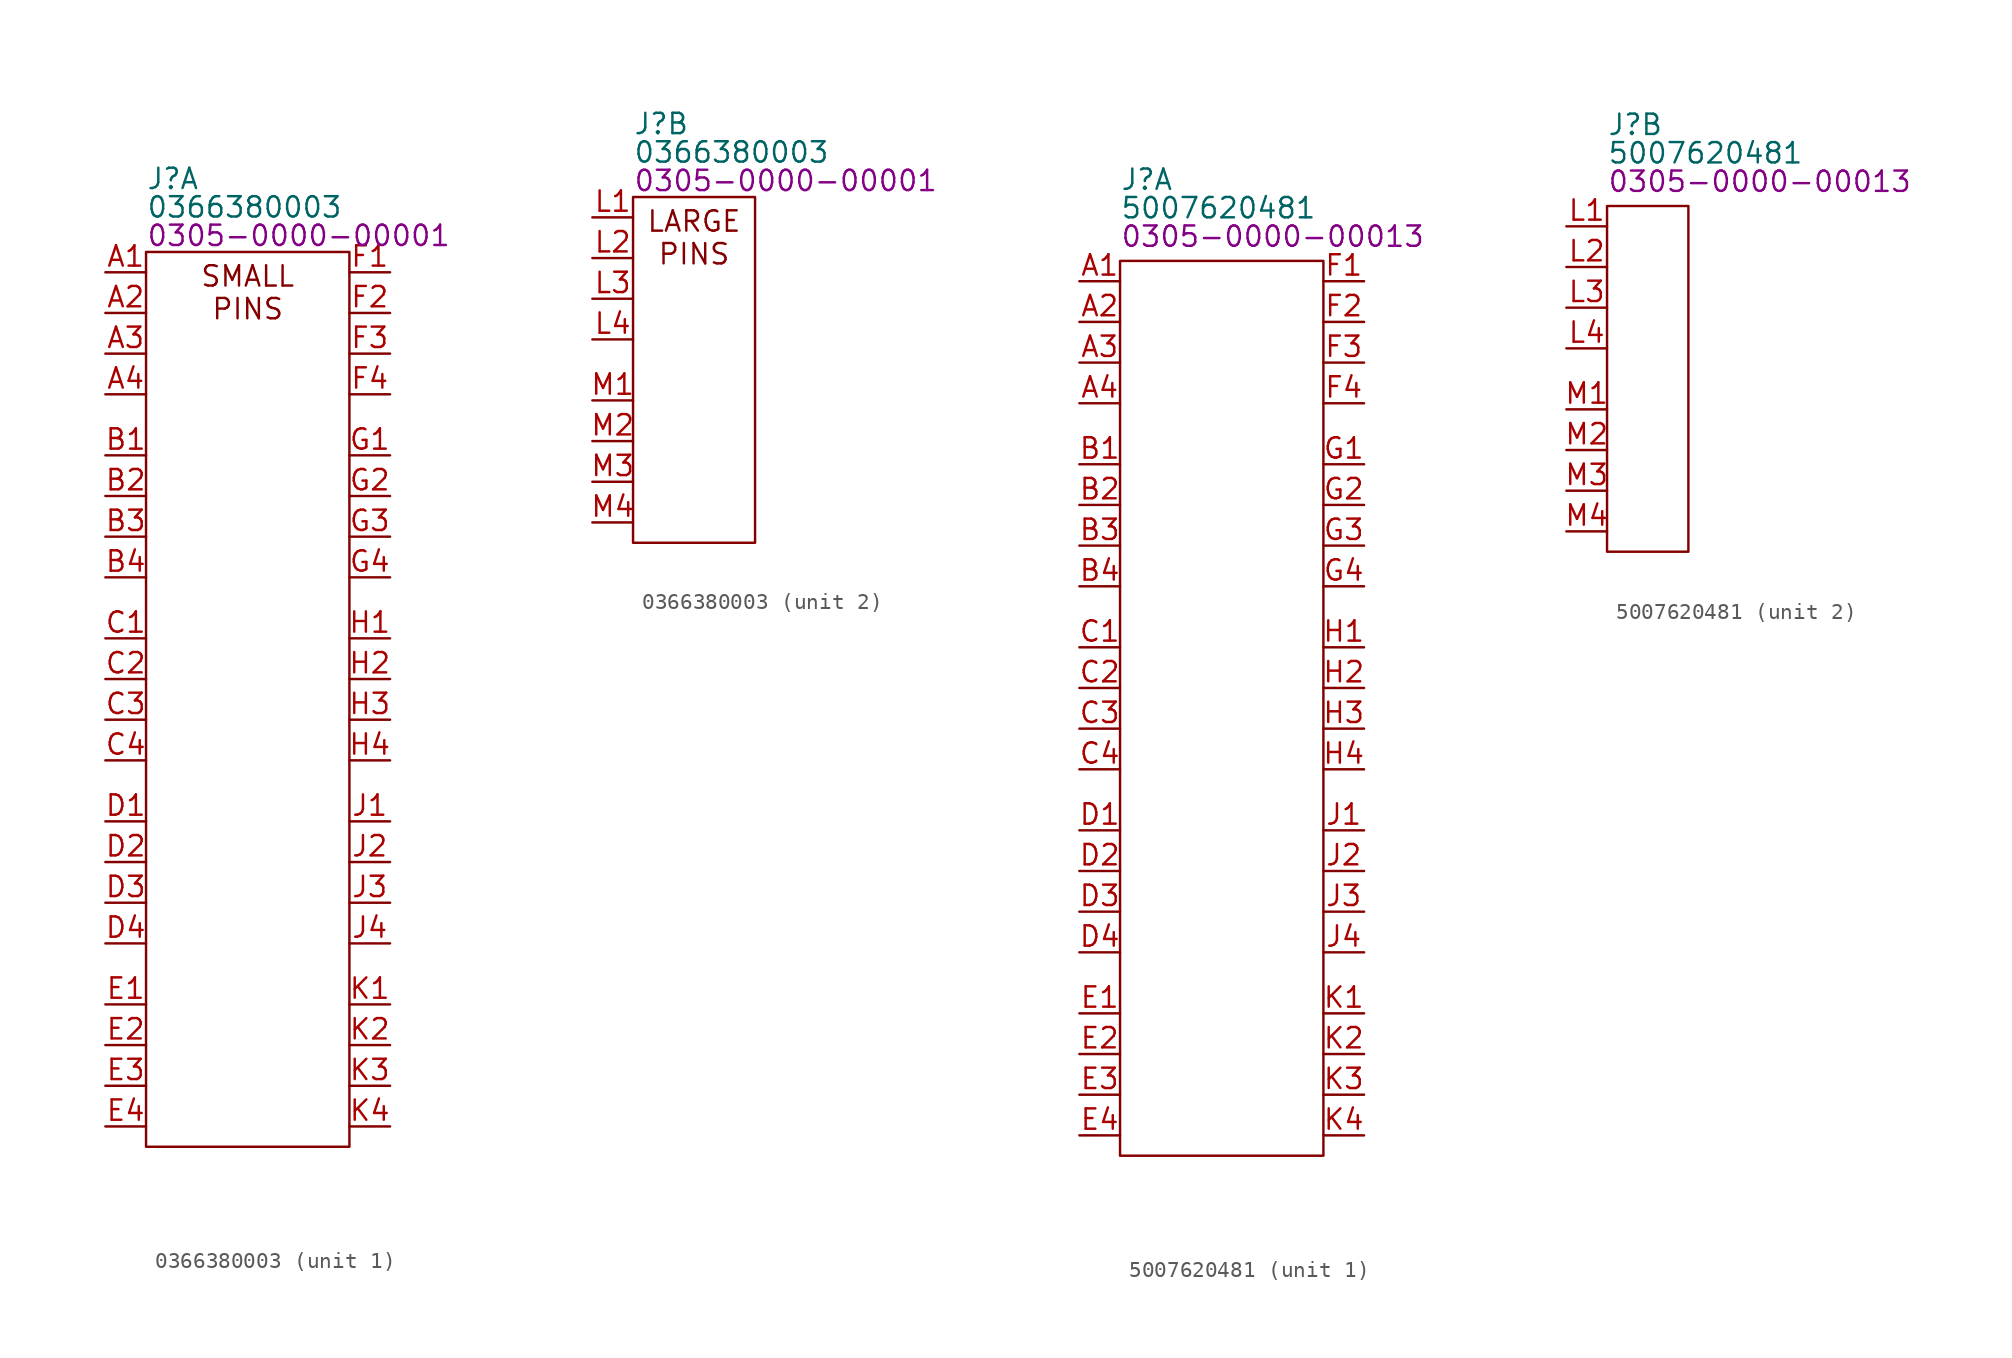
<source format=kicad_sym>
(kicad_symbol_lib
  (version 20231120)
  (generator "kicad_symbol_editor")
  (generator_version "8.0")
  (symbol "0366380003"
    (property "Reference" "J"
      (at 0 4.572 0)
      (effects (font (size 1.27 1.27)) (justify left)))
    (property "Value" "0366380003"
      (at 0 2.794 0)
      (effects (font (size 1.27 1.27)) (justify left)))
    (property "PartNumber" "0305-0000-00001"
      (at 0 1.016 0)
      (effects (font (size 1.27 1.27)) (justify left)))
    (property "ki_locked" ""
      (at 0 0 0)
      (effects (font (size 1.27 1.27))))
    (symbol "0366380003_1_0"
      (pin passive line (at -2.54 -1.27 0) (length 2.54) (name "" (effects (font (size 1.27 1.27)))) (number "A1" (effects (font (size 1.27 1.27)))))
      (pin passive line (at -2.54 -3.81 0) (length 2.54) (name "" (effects (font (size 1.27 1.27)))) (number "A2" (effects (font (size 1.27 1.27)))))
      (pin passive line (at -2.54 -6.35 0) (length 2.54) (name "" (effects (font (size 1.27 1.27)))) (number "A3" (effects (font (size 1.27 1.27)))))
      (pin passive line (at -2.54 -8.89 0) (length 2.54) (name "" (effects (font (size 1.27 1.27)))) (number "A4" (effects (font (size 1.27 1.27)))))
      (pin passive line (at -2.54 -12.7 0) (length 2.54) (name "" (effects (font (size 1.27 1.27)))) (number "B1" (effects (font (size 1.27 1.27)))))
      (pin passive line (at -2.54 -15.24 0) (length 2.54) (name "" (effects (font (size 1.27 1.27)))) (number "B2" (effects (font (size 1.27 1.27)))))
      (pin passive line (at -2.54 -17.78 0) (length 2.54) (name "" (effects (font (size 1.27 1.27)))) (number "B3" (effects (font (size 1.27 1.27)))))
      (pin passive line (at -2.54 -20.32 0) (length 2.54) (name "" (effects (font (size 1.27 1.27)))) (number "B4" (effects (font (size 1.27 1.27)))))
      (pin passive line (at -2.54 -24.13 0) (length 2.54) (name "" (effects (font (size 1.27 1.27)))) (number "C1" (effects (font (size 1.27 1.27)))))
      (pin passive line (at -2.54 -26.67 0) (length 2.54) (name "" (effects (font (size 1.27 1.27)))) (number "C2" (effects (font (size 1.27 1.27)))))
      (pin passive line (at -2.54 -29.21 0) (length 2.54) (name "" (effects (font (size 1.27 1.27)))) (number "C3" (effects (font (size 1.27 1.27)))))
      (pin passive line (at -2.54 -31.75 0) (length 2.54) (name "" (effects (font (size 1.27 1.27)))) (number "C4" (effects (font (size 1.27 1.27)))))
      (pin passive line (at -2.54 -35.56 0) (length 2.54) (name "" (effects (font (size 1.27 1.27)))) (number "D1" (effects (font (size 1.27 1.27)))))
      (pin passive line (at -2.54 -38.1 0) (length 2.54) (name "" (effects (font (size 1.27 1.27)))) (number "D2" (effects (font (size 1.27 1.27)))))
      (pin passive line (at -2.54 -40.64 0) (length 2.54) (name "" (effects (font (size 1.27 1.27)))) (number "D3" (effects (font (size 1.27 1.27)))))
      (pin passive line (at -2.54 -43.18 0) (length 2.54) (name "" (effects (font (size 1.27 1.27)))) (number "D4" (effects (font (size 1.27 1.27)))))
      (pin passive line (at -2.54 -46.99 0) (length 2.54) (name "" (effects (font (size 1.27 1.27)))) (number "E1" (effects (font (size 1.27 1.27)))))
      (pin passive line (at -2.54 -49.53 0) (length 2.54) (name "" (effects (font (size 1.27 1.27)))) (number "E2" (effects (font (size 1.27 1.27)))))
      (pin passive line (at -2.54 -52.07 0) (length 2.54) (name "" (effects (font (size 1.27 1.27)))) (number "E3" (effects (font (size 1.27 1.27)))))
      (pin passive line (at -2.54 -54.61 0) (length 2.54) (name "" (effects (font (size 1.27 1.27)))) (number "E4" (effects (font (size 1.27 1.27)))))
      (pin passive line (at 15.24 -1.27 180) (length 2.54) (name "" (effects (font (size 1.27 1.27)))) (number "F1" (effects (font (size 1.27 1.27)))))
      (pin passive line (at 15.24 -3.81 180) (length 2.54) (name "" (effects (font (size 1.27 1.27)))) (number "F2" (effects (font (size 1.27 1.27)))))
      (pin passive line (at 15.24 -6.35 180) (length 2.54) (name "" (effects (font (size 1.27 1.27)))) (number "F3" (effects (font (size 1.27 1.27)))))
      (pin passive line (at 15.24 -8.89 180) (length 2.54) (name "" (effects (font (size 1.27 1.27)))) (number "F4" (effects (font (size 1.27 1.27)))))
      (pin passive line (at 15.24 -12.7 180) (length 2.54) (name "" (effects (font (size 1.27 1.27)))) (number "G1" (effects (font (size 1.27 1.27)))))
      (pin passive line (at 15.24 -15.24 180) (length 2.54) (name "" (effects (font (size 1.27 1.27)))) (number "G2" (effects (font (size 1.27 1.27)))))
      (pin passive line (at 15.24 -17.78 180) (length 2.54) (name "" (effects (font (size 1.27 1.27)))) (number "G3" (effects (font (size 1.27 1.27)))))
      (pin passive line (at 15.24 -20.32 180) (length 2.54) (name "" (effects (font (size 1.27 1.27)))) (number "G4" (effects (font (size 1.27 1.27)))))
      (pin passive line (at 15.24 -24.13 180) (length 2.54) (name "" (effects (font (size 1.27 1.27)))) (number "H1" (effects (font (size 1.27 1.27)))))
      (pin passive line (at 15.24 -26.67 180) (length 2.54) (name "" (effects (font (size 1.27 1.27)))) (number "H2" (effects (font (size 1.27 1.27)))))
      (pin passive line (at 15.24 -29.21 180) (length 2.54) (name "" (effects (font (size 1.27 1.27)))) (number "H3" (effects (font (size 1.27 1.27)))))
      (pin passive line (at 15.24 -31.75 180) (length 2.54) (name "" (effects (font (size 1.27 1.27)))) (number "H4" (effects (font (size 1.27 1.27)))))
      (pin passive line (at 15.24 -35.56 180) (length 2.54) (name "" (effects (font (size 1.27 1.27)))) (number "J1" (effects (font (size 1.27 1.27)))))
      (pin passive line (at 15.24 -38.1 180) (length 2.54) (name "" (effects (font (size 1.27 1.27)))) (number "J2" (effects (font (size 1.27 1.27)))))
      (pin passive line (at 15.24 -40.64 180) (length 2.54) (name "" (effects (font (size 1.27 1.27)))) (number "J3" (effects (font (size 1.27 1.27)))))
      (pin passive line (at 15.24 -43.18 180) (length 2.54) (name "" (effects (font (size 1.27 1.27)))) (number "J4" (effects (font (size 1.27 1.27)))))
      (pin passive line (at 15.24 -46.99 180) (length 2.54) (name "" (effects (font (size 1.27 1.27)))) (number "K1" (effects (font (size 1.27 1.27)))))
      (pin passive line (at 15.24 -49.53 180) (length 2.54) (name "" (effects (font (size 1.27 1.27)))) (number "K2" (effects (font (size 1.27 1.27)))))
      (pin passive line (at 15.24 -52.07 180) (length 2.54) (name "" (effects (font (size 1.27 1.27)))) (number "K3" (effects (font (size 1.27 1.27)))))
      (pin passive line (at 15.24 -54.61 180) (length 2.54) (name "" (effects (font (size 1.27 1.27)))) (number "K4" (effects (font (size 1.27 1.27))))))
    (symbol "0366380003_1_1"
      (rectangle (start 0 0) (end 12.7 -55.88) (stroke (width 0) (type default)) (fill (type none)))
      (text "SMALL\nPINS" (at 6.35 -2.54 0) (effects (font (size 1.27 1.27)))))
    (symbol "0366380003_2_0"
      (pin passive line (at -2.54 -1.27 0) (length 2.54) (name "" (effects (font (size 1.27 1.27)))) (number "L1" (effects (font (size 1.27 1.27)))))
      (pin passive line (at -2.54 -3.81 0) (length 2.54) (name "" (effects (font (size 1.27 1.27)))) (number "L2" (effects (font (size 1.27 1.27)))))
      (pin passive line (at -2.54 -6.35 0) (length 2.54) (name "" (effects (font (size 1.27 1.27)))) (number "L3" (effects (font (size 1.27 1.27)))))
      (pin passive line (at -2.54 -8.89 0) (length 2.54) (name "" (effects (font (size 1.27 1.27)))) (number "L4" (effects (font (size 1.27 1.27)))))
      (pin passive line (at -2.54 -12.7 0) (length 2.54) (name "" (effects (font (size 1.27 1.27)))) (number "M1" (effects (font (size 1.27 1.27)))))
      (pin passive line (at -2.54 -15.24 0) (length 2.54) (name "" (effects (font (size 1.27 1.27)))) (number "M2" (effects (font (size 1.27 1.27)))))
      (pin passive line (at -2.54 -17.78 0) (length 2.54) (name "" (effects (font (size 1.27 1.27)))) (number "M3" (effects (font (size 1.27 1.27)))))
      (pin passive line (at -2.54 -20.32 0) (length 2.54) (name "" (effects (font (size 1.27 1.27)))) (number "M4" (effects (font (size 1.27 1.27))))))
    (symbol "0366380003_2_1"
      (rectangle (start 0 0) (end 7.62 -21.59) (stroke (width 0) (type default)) (fill (type none)))
      (text "LARGE\nPINS" (at 3.81 -2.54 0) (effects (font (size 1.27 1.27))))))
  (symbol "5007620481"
    (property "Reference" "J"
      (at 0 5.08 0)
      (effects (font (size 1.27 1.27)) (justify left)))
    (property "Value" "5007620481"
      (at 0 3.302 0)
      (effects (font (size 1.27 1.27)) (justify left)))
    (property "PartNumber" "0305-0000-00013"
      (at 0 1.524 0)
      (effects (font (size 1.27 1.27)) (justify left)))
    (property "ki_locked" ""
      (at 0 0 0)
      (effects (font (size 1.27 1.27))))
    (symbol "5007620481_1_0"
      (pin passive line (at -2.54 -1.27 0) (length 2.54) (name "" (effects (font (size 1.27 1.27)))) (number "A1" (effects (font (size 1.27 1.27)))))
      (pin passive line (at -2.54 -3.81 0) (length 2.54) (name "" (effects (font (size 1.27 1.27)))) (number "A2" (effects (font (size 1.27 1.27)))))
      (pin passive line (at -2.54 -6.35 0) (length 2.54) (name "" (effects (font (size 1.27 1.27)))) (number "A3" (effects (font (size 1.27 1.27)))))
      (pin passive line (at -2.54 -8.89 0) (length 2.54) (name "" (effects (font (size 1.27 1.27)))) (number "A4" (effects (font (size 1.27 1.27)))))
      (pin passive line (at -2.54 -12.7 0) (length 2.54) (name "" (effects (font (size 1.27 1.27)))) (number "B1" (effects (font (size 1.27 1.27)))))
      (pin passive line (at -2.54 -15.24 0) (length 2.54) (name "" (effects (font (size 1.27 1.27)))) (number "B2" (effects (font (size 1.27 1.27)))))
      (pin passive line (at -2.54 -17.78 0) (length 2.54) (name "" (effects (font (size 1.27 1.27)))) (number "B3" (effects (font (size 1.27 1.27)))))
      (pin passive line (at -2.54 -20.32 0) (length 2.54) (name "" (effects (font (size 1.27 1.27)))) (number "B4" (effects (font (size 1.27 1.27)))))
      (pin passive line (at -2.54 -24.13 0) (length 2.54) (name "" (effects (font (size 1.27 1.27)))) (number "C1" (effects (font (size 1.27 1.27)))))
      (pin passive line (at -2.54 -26.67 0) (length 2.54) (name "" (effects (font (size 1.27 1.27)))) (number "C2" (effects (font (size 1.27 1.27)))))
      (pin passive line (at -2.54 -29.21 0) (length 2.54) (name "" (effects (font (size 1.27 1.27)))) (number "C3" (effects (font (size 1.27 1.27)))))
      (pin passive line (at -2.54 -31.75 0) (length 2.54) (name "" (effects (font (size 1.27 1.27)))) (number "C4" (effects (font (size 1.27 1.27)))))
      (pin passive line (at -2.54 -35.56 0) (length 2.54) (name "" (effects (font (size 1.27 1.27)))) (number "D1" (effects (font (size 1.27 1.27)))))
      (pin passive line (at -2.54 -38.1 0) (length 2.54) (name "" (effects (font (size 1.27 1.27)))) (number "D2" (effects (font (size 1.27 1.27)))))
      (pin passive line (at -2.54 -40.64 0) (length 2.54) (name "" (effects (font (size 1.27 1.27)))) (number "D3" (effects (font (size 1.27 1.27)))))
      (pin passive line (at -2.54 -43.18 0) (length 2.54) (name "" (effects (font (size 1.27 1.27)))) (number "D4" (effects (font (size 1.27 1.27)))))
      (pin passive line (at -2.54 -46.99 0) (length 2.54) (name "" (effects (font (size 1.27 1.27)))) (number "E1" (effects (font (size 1.27 1.27)))))
      (pin passive line (at -2.54 -49.53 0) (length 2.54) (name "" (effects (font (size 1.27 1.27)))) (number "E2" (effects (font (size 1.27 1.27)))))
      (pin passive line (at -2.54 -52.07 0) (length 2.54) (name "" (effects (font (size 1.27 1.27)))) (number "E3" (effects (font (size 1.27 1.27)))))
      (pin passive line (at -2.54 -54.61 0) (length 2.54) (name "" (effects (font (size 1.27 1.27)))) (number "E4" (effects (font (size 1.27 1.27)))))
      (pin passive line (at 15.24 -1.27 180) (length 2.54) (name "" (effects (font (size 1.27 1.27)))) (number "F1" (effects (font (size 1.27 1.27)))))
      (pin passive line (at 15.24 -3.81 180) (length 2.54) (name "" (effects (font (size 1.27 1.27)))) (number "F2" (effects (font (size 1.27 1.27)))))
      (pin passive line (at 15.24 -6.35 180) (length 2.54) (name "" (effects (font (size 1.27 1.27)))) (number "F3" (effects (font (size 1.27 1.27)))))
      (pin passive line (at 15.24 -8.89 180) (length 2.54) (name "" (effects (font (size 1.27 1.27)))) (number "F4" (effects (font (size 1.27 1.27)))))
      (pin passive line (at 15.24 -12.7 180) (length 2.54) (name "" (effects (font (size 1.27 1.27)))) (number "G1" (effects (font (size 1.27 1.27)))))
      (pin passive line (at 15.24 -15.24 180) (length 2.54) (name "" (effects (font (size 1.27 1.27)))) (number "G2" (effects (font (size 1.27 1.27)))))
      (pin passive line (at 15.24 -17.78 180) (length 2.54) (name "" (effects (font (size 1.27 1.27)))) (number "G3" (effects (font (size 1.27 1.27)))))
      (pin passive line (at 15.24 -20.32 180) (length 2.54) (name "" (effects (font (size 1.27 1.27)))) (number "G4" (effects (font (size 1.27 1.27)))))
      (pin passive line (at 15.24 -24.13 180) (length 2.54) (name "" (effects (font (size 1.27 1.27)))) (number "H1" (effects (font (size 1.27 1.27)))))
      (pin passive line (at 15.24 -26.67 180) (length 2.54) (name "" (effects (font (size 1.27 1.27)))) (number "H2" (effects (font (size 1.27 1.27)))))
      (pin passive line (at 15.24 -29.21 180) (length 2.54) (name "" (effects (font (size 1.27 1.27)))) (number "H3" (effects (font (size 1.27 1.27)))))
      (pin passive line (at 15.24 -31.75 180) (length 2.54) (name "" (effects (font (size 1.27 1.27)))) (number "H4" (effects (font (size 1.27 1.27)))))
      (pin passive line (at 15.24 -35.56 180) (length 2.54) (name "" (effects (font (size 1.27 1.27)))) (number "J1" (effects (font (size 1.27 1.27)))))
      (pin passive line (at 15.24 -38.1 180) (length 2.54) (name "" (effects (font (size 1.27 1.27)))) (number "J2" (effects (font (size 1.27 1.27)))))
      (pin passive line (at 15.24 -40.64 180) (length 2.54) (name "" (effects (font (size 1.27 1.27)))) (number "J3" (effects (font (size 1.27 1.27)))))
      (pin passive line (at 15.24 -43.18 180) (length 2.54) (name "" (effects (font (size 1.27 1.27)))) (number "J4" (effects (font (size 1.27 1.27)))))
      (pin passive line (at 15.24 -46.99 180) (length 2.54) (name "" (effects (font (size 1.27 1.27)))) (number "K1" (effects (font (size 1.27 1.27)))))
      (pin passive line (at 15.24 -49.53 180) (length 2.54) (name "" (effects (font (size 1.27 1.27)))) (number "K2" (effects (font (size 1.27 1.27)))))
      (pin passive line (at 15.24 -52.07 180) (length 2.54) (name "" (effects (font (size 1.27 1.27)))) (number "K3" (effects (font (size 1.27 1.27)))))
      (pin passive line (at 15.24 -54.61 180) (length 2.54) (name "" (effects (font (size 1.27 1.27)))) (number "K4" (effects (font (size 1.27 1.27))))))
    (symbol "5007620481_1_1"
      (rectangle (start 0 0) (end 12.7 -55.88) (stroke (width 0) (type default)) (fill (type none))))
    (symbol "5007620481_2_0"
      (pin passive line (at -2.54 -1.27 0) (length 2.54) (name "" (effects (font (size 1.27 1.27)))) (number "L1" (effects (font (size 1.27 1.27)))))
      (pin passive line (at -2.54 -3.81 0) (length 2.54) (name "" (effects (font (size 1.27 1.27)))) (number "L2" (effects (font (size 1.27 1.27)))))
      (pin passive line (at -2.54 -6.35 0) (length 2.54) (name "" (effects (font (size 1.27 1.27)))) (number "L3" (effects (font (size 1.27 1.27)))))
      (pin passive line (at -2.54 -8.89 0) (length 2.54) (name "" (effects (font (size 1.27 1.27)))) (number "L4" (effects (font (size 1.27 1.27)))))
      (pin passive line (at -2.54 -12.7 0) (length 2.54) (name "" (effects (font (size 1.27 1.27)))) (number "M1" (effects (font (size 1.27 1.27)))))
      (pin passive line (at -2.54 -15.24 0) (length 2.54) (name "" (effects (font (size 1.27 1.27)))) (number "M2" (effects (font (size 1.27 1.27)))))
      (pin passive line (at -2.54 -17.78 0) (length 2.54) (name "" (effects (font (size 1.27 1.27)))) (number "M3" (effects (font (size 1.27 1.27)))))
      (pin passive line (at -2.54 -20.32 0) (length 2.54) (name "" (effects (font (size 1.27 1.27)))) (number "M4" (effects (font (size 1.27 1.27))))))
    (symbol "5007620481_2_1"
      (rectangle (start 0 0) (end 5.08 -21.59) (stroke (width 0) (type default)) (fill (type none))))))
</source>
